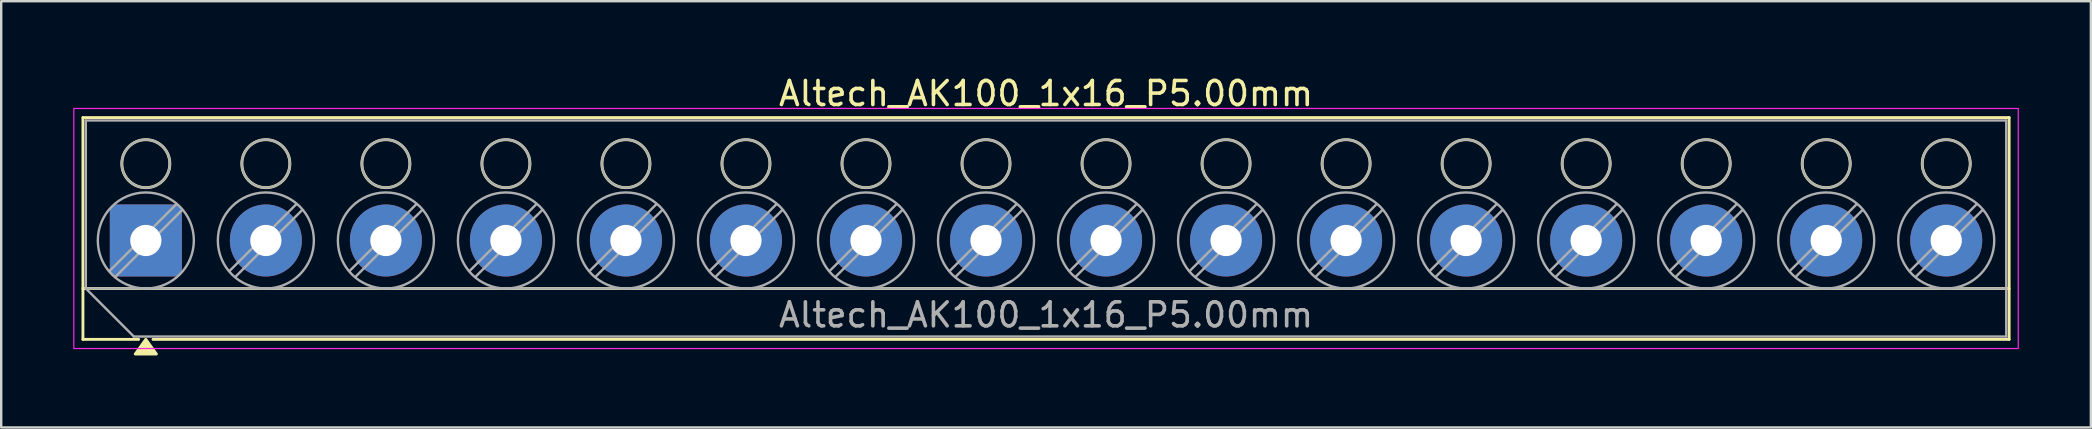
<source format=kicad_pcb>
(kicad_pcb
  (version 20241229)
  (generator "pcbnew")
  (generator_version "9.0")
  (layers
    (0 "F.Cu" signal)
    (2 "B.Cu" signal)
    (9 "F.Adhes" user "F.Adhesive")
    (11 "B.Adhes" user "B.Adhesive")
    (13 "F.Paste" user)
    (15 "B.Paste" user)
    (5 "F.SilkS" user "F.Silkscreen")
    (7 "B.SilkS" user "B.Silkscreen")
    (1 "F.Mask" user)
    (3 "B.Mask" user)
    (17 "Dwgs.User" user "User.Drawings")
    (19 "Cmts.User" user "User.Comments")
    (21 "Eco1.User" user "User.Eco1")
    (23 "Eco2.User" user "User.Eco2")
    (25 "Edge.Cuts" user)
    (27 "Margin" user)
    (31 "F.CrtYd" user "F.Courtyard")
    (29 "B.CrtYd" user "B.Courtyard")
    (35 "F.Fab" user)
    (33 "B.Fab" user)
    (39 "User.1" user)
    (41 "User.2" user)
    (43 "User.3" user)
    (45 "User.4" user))
  (footprint "Altech_AK100_1x16_P5.00mm"
    (layer "F.Cu")
    (at 3.025 6.968)
    (property "Reference" "Altech_AK100_1x16_P5.00mm" (at 37.5 -6.12 0) (layer "F.SilkS") (effects (font (size 1 1) (thickness 0.15))))
    (attr through_hole)
    (fp_line (start -2.62 -5.12) (end 77.62 -5.12) (stroke (width 0.12) (type solid)) (layer "F.SilkS"))
    (fp_line (start -2.62 2) (end 77.62 2) (stroke (width 0.12) (type solid)) (layer "F.SilkS"))
    (fp_line (start -2.62 4.12) (end -2.62 -5.12) (stroke (width 0.12) (type solid)) (layer "F.SilkS"))
    (fp_line (start -0.3 4.12) (end -2.62 4.12) (stroke (width 0.12) (type solid)) (layer "F.SilkS"))
    (fp_line (start 77.62 -5.12) (end 77.62 4.12) (stroke (width 0.12) (type solid)) (layer "F.SilkS"))
    (fp_line (start 77.62 4.12) (end 0.3 4.12) (stroke (width 0.12) (type solid)) (layer "F.SilkS"))
    (fp_circle (center 0 -3.2) (end 1 -3.2) (stroke (width 0.12) (type solid)) (fill no) (layer "F.SilkS"))
    (fp_circle (center 5 -3.2) (end 6 -3.2) (stroke (width 0.12) (type solid)) (fill no) (layer "F.SilkS"))
    (fp_circle (center 10 -3.2) (end 11 -3.2) (stroke (width 0.12) (type solid)) (fill no) (layer "F.SilkS"))
    (fp_circle (center 15 -3.2) (end 16 -3.2) (stroke (width 0.12) (type solid)) (fill no) (layer "F.SilkS"))
    (fp_circle (center 20 -3.2) (end 21 -3.2) (stroke (width 0.12) (type solid)) (fill no) (layer "F.SilkS"))
    (fp_circle (center 25 -3.2) (end 26 -3.2) (stroke (width 0.12) (type solid)) (fill no) (layer "F.SilkS"))
    (fp_circle (center 30 -3.2) (end 31 -3.2) (stroke (width 0.12) (type solid)) (fill no) (layer "F.SilkS"))
    (fp_circle (center 35 -3.2) (end 36 -3.2) (stroke (width 0.12) (type solid)) (fill no) (layer "F.SilkS"))
    (fp_circle (center 40 -3.2) (end 41 -3.2) (stroke (width 0.12) (type solid)) (fill no) (layer "F.SilkS"))
    (fp_circle (center 45 -3.2) (end 46 -3.2) (stroke (width 0.12) (type solid)) (fill no) (layer "F.SilkS"))
    (fp_circle (center 50 -3.2) (end 51 -3.2) (stroke (width 0.12) (type solid)) (fill no) (layer "F.SilkS"))
    (fp_circle (center 55 -3.2) (end 56 -3.2) (stroke (width 0.12) (type solid)) (fill no) (layer "F.SilkS"))
    (fp_circle (center 60 -3.2) (end 61 -3.2) (stroke (width 0.12) (type solid)) (fill no) (layer "F.SilkS"))
    (fp_circle (center 65 -3.2) (end 66 -3.2) (stroke (width 0.12) (type solid)) (fill no) (layer "F.SilkS"))
    (fp_circle (center 70 -3.2) (end 71 -3.2) (stroke (width 0.12) (type solid)) (fill no) (layer "F.SilkS"))
    (fp_circle (center 75 -3.2) (end 76 -3.2) (stroke (width 0.12) (type solid)) (fill no) (layer "F.SilkS"))
    (fp_poly (pts (xy 0 4.12) (xy 0.44 4.73) (xy -0.44 4.73)) (stroke (width 0.12) (type solid)) (fill yes) (layer "F.SilkS"))
    (fp_rect (start -3 -5.5) (end 78 4.5) (stroke (width 0.05) (type solid)) (fill no) (layer "F.CrtYd"))
    (fp_line (start -2.5 -5) (end 77.5 -5) (stroke (width 0.1) (type solid)) (layer "F.Fab"))
    (fp_line (start -2.5 2) (end -2.5 -5) (stroke (width 0.1) (type solid)) (layer "F.Fab"))
    (fp_line (start -2.5 2) (end 77.5 2) (stroke (width 0.1) (type solid)) (layer "F.Fab"))
    (fp_line (start -0.5 4) (end -2.5 2) (stroke (width 0.1) (type solid)) (layer "F.Fab"))
    (fp_line (start 1.273 -1.517) (end -1.517 1.273) (stroke (width 0.1) (type solid)) (layer "F.Fab"))
    (fp_line (start 1.517 -1.273) (end -1.273 1.517) (stroke (width 0.1) (type solid)) (layer "F.Fab"))
    (fp_line (start 6.273 -1.517) (end 3.483 1.273) (stroke (width 0.1) (type solid)) (layer "F.Fab"))
    (fp_line (start 6.517 -1.273) (end 3.727 1.517) (stroke (width 0.1) (type solid)) (layer "F.Fab"))
    (fp_line (start 11.273 -1.517) (end 8.483 1.273) (stroke (width 0.1) (type solid)) (layer "F.Fab"))
    (fp_line (start 11.517 -1.273) (end 8.727 1.517) (stroke (width 0.1) (type solid)) (layer "F.Fab"))
    (fp_line (start 16.273 -1.517) (end 13.483 1.273) (stroke (width 0.1) (type solid)) (layer "F.Fab"))
    (fp_line (start 16.517 -1.273) (end 13.727 1.517) (stroke (width 0.1) (type solid)) (layer "F.Fab"))
    (fp_line (start 21.273 -1.517) (end 18.483 1.273) (stroke (width 0.1) (type solid)) (layer "F.Fab"))
    (fp_line (start 21.517 -1.273) (end 18.727 1.517) (stroke (width 0.1) (type solid)) (layer "F.Fab"))
    (fp_line (start 26.273 -1.517) (end 23.483 1.273) (stroke (width 0.1) (type solid)) (layer "F.Fab"))
    (fp_line (start 26.517 -1.273) (end 23.727 1.517) (stroke (width 0.1) (type solid)) (layer "F.Fab"))
    (fp_line (start 31.273 -1.517) (end 28.483 1.273) (stroke (width 0.1) (type solid)) (layer "F.Fab"))
    (fp_line (start 31.517 -1.273) (end 28.727 1.517) (stroke (width 0.1) (type solid)) (layer "F.Fab"))
    (fp_line (start 36.273 -1.517) (end 33.483 1.273) (stroke (width 0.1) (type solid)) (layer "F.Fab"))
    (fp_line (start 36.517 -1.273) (end 33.727 1.517) (stroke (width 0.1) (type solid)) (layer "F.Fab"))
    (fp_line (start 41.273 -1.517) (end 38.483 1.273) (stroke (width 0.1) (type solid)) (layer "F.Fab"))
    (fp_line (start 41.517 -1.273) (end 38.727 1.517) (stroke (width 0.1) (type solid)) (layer "F.Fab"))
    (fp_line (start 46.273 -1.517) (end 43.483 1.273) (stroke (width 0.1) (type solid)) (layer "F.Fab"))
    (fp_line (start 46.517 -1.273) (end 43.727 1.517) (stroke (width 0.1) (type solid)) (layer "F.Fab"))
    (fp_line (start 51.273 -1.517) (end 48.483 1.273) (stroke (width 0.1) (type solid)) (layer "F.Fab"))
    (fp_line (start 51.517 -1.273) (end 48.727 1.517) (stroke (width 0.1) (type solid)) (layer "F.Fab"))
    (fp_line (start 56.273 -1.517) (end 53.483 1.273) (stroke (width 0.1) (type solid)) (layer "F.Fab"))
    (fp_line (start 56.517 -1.273) (end 53.727 1.517) (stroke (width 0.1) (type solid)) (layer "F.Fab"))
    (fp_line (start 61.273 -1.517) (end 58.483 1.273) (stroke (width 0.1) (type solid)) (layer "F.Fab"))
    (fp_line (start 61.517 -1.273) (end 58.727 1.517) (stroke (width 0.1) (type solid)) (layer "F.Fab"))
    (fp_line (start 66.273 -1.517) (end 63.483 1.273) (stroke (width 0.1) (type solid)) (layer "F.Fab"))
    (fp_line (start 66.517 -1.273) (end 63.727 1.517) (stroke (width 0.1) (type solid)) (layer "F.Fab"))
    (fp_line (start 71.273 -1.517) (end 68.483 1.273) (stroke (width 0.1) (type solid)) (layer "F.Fab"))
    (fp_line (start 71.517 -1.273) (end 68.727 1.517) (stroke (width 0.1) (type solid)) (layer "F.Fab"))
    (fp_line (start 76.273 -1.517) (end 73.483 1.273) (stroke (width 0.1) (type solid)) (layer "F.Fab"))
    (fp_line (start 76.517 -1.273) (end 73.727 1.517) (stroke (width 0.1) (type solid)) (layer "F.Fab"))
    (fp_line (start 77.5 -5) (end 77.5 4) (stroke (width 0.1) (type solid)) (layer "F.Fab"))
    (fp_line (start 77.5 4) (end -0.5 4) (stroke (width 0.1) (type solid)) (layer "F.Fab"))
    (fp_circle (center 0 -3.2) (end 1 -3.2) (stroke (width 0.1) (type solid)) (fill no) (layer "F.Fab"))
    (fp_circle (center 0 0) (end 2 0) (stroke (width 0.1) (type solid)) (fill no) (layer "F.Fab"))
    (fp_circle (center 5 -3.2) (end 6 -3.2) (stroke (width 0.1) (type solid)) (fill no) (layer "F.Fab"))
    (fp_circle (center 5 0) (end 7 0) (stroke (width 0.1) (type solid)) (fill no) (layer "F.Fab"))
    (fp_circle (center 10 -3.2) (end 11 -3.2) (stroke (width 0.1) (type solid)) (fill no) (layer "F.Fab"))
    (fp_circle (center 10 0) (end 12 0) (stroke (width 0.1) (type solid)) (fill no) (layer "F.Fab"))
    (fp_circle (center 15 -3.2) (end 16 -3.2) (stroke (width 0.1) (type solid)) (fill no) (layer "F.Fab"))
    (fp_circle (center 15 0) (end 17 0) (stroke (width 0.1) (type solid)) (fill no) (layer "F.Fab"))
    (fp_circle (center 20 -3.2) (end 21 -3.2) (stroke (width 0.1) (type solid)) (fill no) (layer "F.Fab"))
    (fp_circle (center 20 0) (end 22 0) (stroke (width 0.1) (type solid)) (fill no) (layer "F.Fab"))
    (fp_circle (center 25 -3.2) (end 26 -3.2) (stroke (width 0.1) (type solid)) (fill no) (layer "F.Fab"))
    (fp_circle (center 25 0) (end 27 0) (stroke (width 0.1) (type solid)) (fill no) (layer "F.Fab"))
    (fp_circle (center 30 -3.2) (end 31 -3.2) (stroke (width 0.1) (type solid)) (fill no) (layer "F.Fab"))
    (fp_circle (center 30 0) (end 32 0) (stroke (width 0.1) (type solid)) (fill no) (layer "F.Fab"))
    (fp_circle (center 35 -3.2) (end 36 -3.2) (stroke (width 0.1) (type solid)) (fill no) (layer "F.Fab"))
    (fp_circle (center 35 0) (end 37 0) (stroke (width 0.1) (type solid)) (fill no) (layer "F.Fab"))
    (fp_circle (center 40 -3.2) (end 41 -3.2) (stroke (width 0.1) (type solid)) (fill no) (layer "F.Fab"))
    (fp_circle (center 40 0) (end 42 0) (stroke (width 0.1) (type solid)) (fill no) (layer "F.Fab"))
    (fp_circle (center 45 -3.2) (end 46 -3.2) (stroke (width 0.1) (type solid)) (fill no) (layer "F.Fab"))
    (fp_circle (center 45 0) (end 47 0) (stroke (width 0.1) (type solid)) (fill no) (layer "F.Fab"))
    (fp_circle (center 50 -3.2) (end 51 -3.2) (stroke (width 0.1) (type solid)) (fill no) (layer "F.Fab"))
    (fp_circle (center 50 0) (end 52 0) (stroke (width 0.1) (type solid)) (fill no) (layer "F.Fab"))
    (fp_circle (center 55 -3.2) (end 56 -3.2) (stroke (width 0.1) (type solid)) (fill no) (layer "F.Fab"))
    (fp_circle (center 55 0) (end 57 0) (stroke (width 0.1) (type solid)) (fill no) (layer "F.Fab"))
    (fp_circle (center 60 -3.2) (end 61 -3.2) (stroke (width 0.1) (type solid)) (fill no) (layer "F.Fab"))
    (fp_circle (center 60 0) (end 62 0) (stroke (width 0.1) (type solid)) (fill no) (layer "F.Fab"))
    (fp_circle (center 65 -3.2) (end 66 -3.2) (stroke (width 0.1) (type solid)) (fill no) (layer "F.Fab"))
    (fp_circle (center 65 0) (end 67 0) (stroke (width 0.1) (type solid)) (fill no) (layer "F.Fab"))
    (fp_circle (center 70 -3.2) (end 71 -3.2) (stroke (width 0.1) (type solid)) (fill no) (layer "F.Fab"))
    (fp_circle (center 70 0) (end 72 0) (stroke (width 0.1) (type solid)) (fill no) (layer "F.Fab"))
    (fp_circle (center 75 -3.2) (end 76 -3.2) (stroke (width 0.1) (type solid)) (fill no) (layer "F.Fab"))
    (fp_circle (center 75 0) (end 77 0) (stroke (width 0.1) (type solid)) (fill no) (layer "F.Fab"))
    (fp_text user "${REFERENCE}" (at 37.5 3.1 0) (layer "F.Fab") (effects (font (size 1 1) (thickness 0.15))))
    (pad "1" thru_hole roundrect (at 0 0) (size 3 3) (drill 1.3) (layers "*.Cu" "*.Mask") (roundrect_rratio 0.083))
    (pad "2" thru_hole circle (at 5 0) (size 3 3) (drill 1.3) (layers "*.Cu" "*.Mask"))
    (pad "3" thru_hole circle (at 10 0) (size 3 3) (drill 1.3) (layers "*.Cu" "*.Mask"))
    (pad "4" thru_hole circle (at 15 0) (size 3 3) (drill 1.3) (layers "*.Cu" "*.Mask"))
    (pad "5" thru_hole circle (at 20 0) (size 3 3) (drill 1.3) (layers "*.Cu" "*.Mask"))
    (pad "6" thru_hole circle (at 25 0) (size 3 3) (drill 1.3) (layers "*.Cu" "*.Mask"))
    (pad "7" thru_hole circle (at 30 0) (size 3 3) (drill 1.3) (layers "*.Cu" "*.Mask"))
    (pad "8" thru_hole circle (at 35 0) (size 3 3) (drill 1.3) (layers "*.Cu" "*.Mask"))
    (pad "9" thru_hole circle (at 40 0) (size 3 3) (drill 1.3) (layers "*.Cu" "*.Mask"))
    (pad "10" thru_hole circle (at 45 0) (size 3 3) (drill 1.3) (layers "*.Cu" "*.Mask"))
    (pad "11" thru_hole circle (at 50 0) (size 3 3) (drill 1.3) (layers "*.Cu" "*.Mask"))
    (pad "12" thru_hole circle (at 55 0) (size 3 3) (drill 1.3) (layers "*.Cu" "*.Mask"))
    (pad "13" thru_hole circle (at 60 0) (size 3 3) (drill 1.3) (layers "*.Cu" "*.Mask"))
    (pad "14" thru_hole circle (at 65 0) (size 3 3) (drill 1.3) (layers "*.Cu" "*.Mask"))
    (pad "15" thru_hole circle (at 70 0) (size 3 3) (drill 1.3) (layers "*.Cu" "*.Mask"))
    (pad "16" thru_hole circle (at 75 0) (size 3 3) (drill 1.3) (layers "*.Cu" "*.Mask")))
  (gr_rect
    (start -3 -3)
    (end 84.05 14.758)
    (stroke (width 0.1) (type default))
    (fill no)
    (layer "Edge.Cuts")))
</source>
